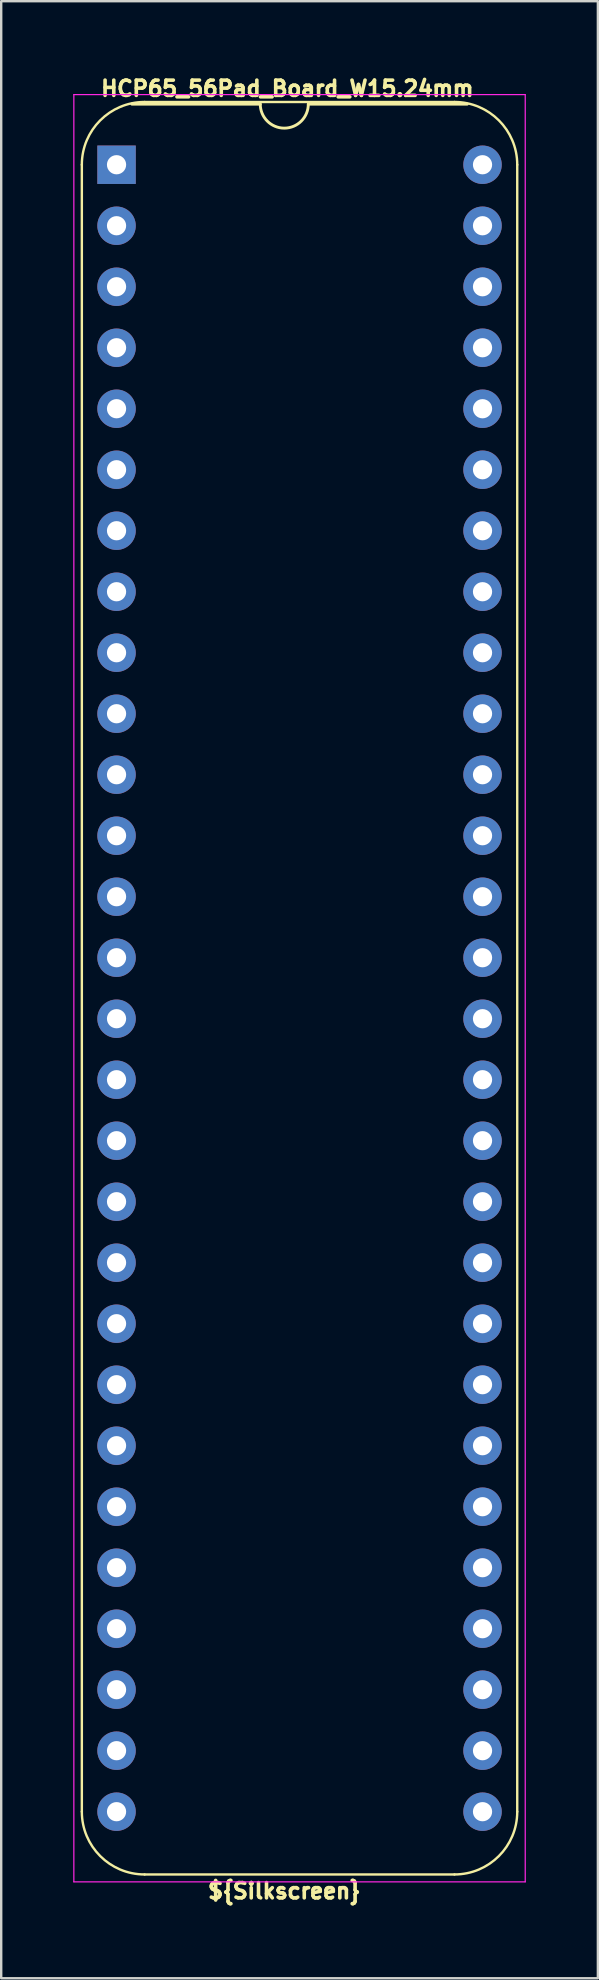
<source format=kicad_pcb>
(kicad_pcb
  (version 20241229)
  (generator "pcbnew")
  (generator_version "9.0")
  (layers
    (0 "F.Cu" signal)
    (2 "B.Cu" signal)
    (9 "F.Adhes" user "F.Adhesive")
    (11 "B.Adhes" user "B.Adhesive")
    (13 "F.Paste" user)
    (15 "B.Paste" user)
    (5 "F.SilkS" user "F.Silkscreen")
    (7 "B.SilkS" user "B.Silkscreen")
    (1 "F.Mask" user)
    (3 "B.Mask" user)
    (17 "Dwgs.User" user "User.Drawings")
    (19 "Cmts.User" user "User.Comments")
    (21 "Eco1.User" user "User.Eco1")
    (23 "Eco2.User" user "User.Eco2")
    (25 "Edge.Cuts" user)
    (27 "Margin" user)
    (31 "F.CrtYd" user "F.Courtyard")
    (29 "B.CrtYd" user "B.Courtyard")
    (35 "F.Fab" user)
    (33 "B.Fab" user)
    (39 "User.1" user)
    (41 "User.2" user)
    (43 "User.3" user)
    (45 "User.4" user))
  (footprint "HCP65_56Pad_Board_W15.24mm"
    (layer "F.Cu")
    (at 1.803 3.81)
    (property "Reference" "HCP65_56Pad_Board_W15.24mm" (at 7.112 -3.175 0) (layer "F.SilkS") (effects (font (size 0.635 0.635) (thickness 0.15))))
    (attr through_hole)
    (fp_line (start -1.445 68.58) (end -1.445 0) (stroke (width 0.1) (type solid)) (layer "F.SilkS"))
    (fp_line (start 1.168 -2.614) (end 14.072 -2.614) (stroke (width 0.1) (type solid)) (layer "F.SilkS"))
    (fp_line (start 5.985 -2.524) (end 0.635 -2.524) (stroke (width 0.12) (type solid)) (layer "F.SilkS"))
    (fp_line (start 14.072 71.194) (end 1.168 71.194) (stroke (width 0.1) (type solid)) (layer "F.SilkS"))
    (fp_line (start 14.605 -2.524) (end 7.985 -2.524) (stroke (width 0.12) (type solid)) (layer "F.SilkS"))
    (fp_line (start 16.685 68.58) (end 16.685 0) (stroke (width 0.1) (type solid)) (layer "F.SilkS"))
    (fp_arc (start -1.445332 0) (mid -0.679788 -1.848188) (end 1.1684 -2.613732) (stroke (width 0.1) (type solid)) (layer "F.SilkS"))
    (fp_arc (start 1.168401 71.193733) (mid -0.679788 70.428189) (end -1.445332 68.58) (stroke (width 0.1) (type solid)) (layer "F.SilkS"))
    (fp_arc (start 7.985 -2.524) (mid 6.985 -1.524) (end 5.985 -2.524) (stroke (width 0.12) (type solid)) (layer "F.SilkS"))
    (fp_arc (start 14.0716 -2.613732) (mid 15.919788 -1.848188) (end 16.685332 0) (stroke (width 0.1) (type solid)) (layer "F.SilkS"))
    (fp_arc (start 16.685333 68.580001) (mid 15.919788 70.428188) (end 14.071601 71.193733) (stroke (width 0.1) (type solid)) (layer "F.SilkS"))
    (fp_line (start -1.778 -2.921) (end -1.778 71.501) (stroke (width 0.05) (type solid)) (layer "F.CrtYd"))
    (fp_line (start -1.778 -2.921) (end 17.018 -2.921) (stroke (width 0.05) (type solid)) (layer "F.CrtYd"))
    (fp_line (start -1.778 71.501) (end 17.018 71.501) (stroke (width 0.05) (type solid)) (layer "F.CrtYd"))
    (fp_line (start 17.018 -2.921) (end 17.018 71.501) (stroke (width 0.05) (type solid)) (layer "F.CrtYd"))
    (fp_text user "${Silkscreen}" (at 6.985 71.882 0) (layer "F.SilkS") (effects (font (size 0.635 0.635) (thickness 0.15))))
    (pad "1" thru_hole rect (at 0 0) (size 1.6 1.6) (drill 0.8) (layers "*.Cu" "*.Mask"))
    (pad "2" thru_hole oval (at 0 2.54) (size 1.6 1.6) (drill 0.8) (layers "*.Cu" "*.Mask"))
    (pad "3" thru_hole oval (at 0 5.08) (size 1.6 1.6) (drill 0.8) (layers "*.Cu" "*.Mask"))
    (pad "4" thru_hole oval (at 0 7.62) (size 1.6 1.6) (drill 0.8) (layers "*.Cu" "*.Mask"))
    (pad "5" thru_hole oval (at 0 10.16) (size 1.6 1.6) (drill 0.8) (layers "*.Cu" "*.Mask"))
    (pad "6" thru_hole oval (at 0 12.7) (size 1.6 1.6) (drill 0.8) (layers "*.Cu" "*.Mask"))
    (pad "7" thru_hole oval (at 0 15.24) (size 1.6 1.6) (drill 0.8) (layers "*.Cu" "*.Mask"))
    (pad "8" thru_hole oval (at 0 17.78) (size 1.6 1.6) (drill 0.8) (layers "*.Cu" "*.Mask"))
    (pad "9" thru_hole oval (at 0 20.32) (size 1.6 1.6) (drill 0.8) (layers "*.Cu" "*.Mask"))
    (pad "10" thru_hole oval (at 0 22.86) (size 1.6 1.6) (drill 0.8) (layers "*.Cu" "*.Mask"))
    (pad "11" thru_hole oval (at 0 25.4) (size 1.6 1.6) (drill 0.8) (layers "*.Cu" "*.Mask"))
    (pad "12" thru_hole oval (at 0 27.94) (size 1.6 1.6) (drill 0.8) (layers "*.Cu" "*.Mask"))
    (pad "13" thru_hole oval (at 0 30.48) (size 1.6 1.6) (drill 0.8) (layers "*.Cu" "*.Mask"))
    (pad "14" thru_hole oval (at 0 33.02) (size 1.6 1.6) (drill 0.8) (layers "*.Cu" "*.Mask"))
    (pad "15" thru_hole oval (at 0 35.56) (size 1.6 1.6) (drill 0.8) (layers "*.Cu" "*.Mask"))
    (pad "16" thru_hole oval (at 0 38.1) (size 1.6 1.6) (drill 0.8) (layers "*.Cu" "*.Mask"))
    (pad "17" thru_hole oval (at 0 40.64) (size 1.6 1.6) (drill 0.8) (layers "*.Cu" "*.Mask"))
    (pad "18" thru_hole oval (at 0 43.18) (size 1.6 1.6) (drill 0.8) (layers "*.Cu" "*.Mask"))
    (pad "19" thru_hole oval (at 0 45.72) (size 1.6 1.6) (drill 0.8) (layers "*.Cu" "*.Mask"))
    (pad "20" thru_hole oval (at 0 48.26) (size 1.6 1.6) (drill 0.8) (layers "*.Cu" "*.Mask"))
    (pad "21" thru_hole oval (at 0 50.8) (size 1.6 1.6) (drill 0.8) (layers "*.Cu" "*.Mask"))
    (pad "22" thru_hole oval (at 0 53.34) (size 1.6 1.6) (drill 0.8) (layers "*.Cu" "*.Mask"))
    (pad "23" thru_hole oval (at 0 55.88) (size 1.6 1.6) (drill 0.8) (layers "*.Cu" "*.Mask"))
    (pad "24" thru_hole oval (at 0 58.42) (size 1.6 1.6) (drill 0.8) (layers "*.Cu" "*.Mask"))
    (pad "25" thru_hole oval (at 0 60.96) (size 1.6 1.6) (drill 0.8) (layers "*.Cu" "*.Mask"))
    (pad "26" thru_hole oval (at 0 63.5) (size 1.6 1.6) (drill 0.8) (layers "*.Cu" "*.Mask"))
    (pad "27" thru_hole oval (at 0 66.04) (size 1.6 1.6) (drill 0.8) (layers "*.Cu" "*.Mask"))
    (pad "28" thru_hole oval (at 0 68.58) (size 1.6 1.6) (drill 0.8) (layers "*.Cu" "*.Mask"))
    (pad "29" thru_hole oval (at 15.24 68.58) (size 1.6 1.6) (drill 0.8) (layers "*.Cu" "*.Mask"))
    (pad "30" thru_hole oval (at 15.24 66.04) (size 1.6 1.6) (drill 0.8) (layers "*.Cu" "*.Mask"))
    (pad "31" thru_hole oval (at 15.24 63.5) (size 1.6 1.6) (drill 0.8) (layers "*.Cu" "*.Mask"))
    (pad "32" thru_hole oval (at 15.24 60.96) (size 1.6 1.6) (drill 0.8) (layers "*.Cu" "*.Mask"))
    (pad "33" thru_hole oval (at 15.24 58.42) (size 1.6 1.6) (drill 0.8) (layers "*.Cu" "*.Mask"))
    (pad "34" thru_hole oval (at 15.24 55.88) (size 1.6 1.6) (drill 0.8) (layers "*.Cu" "*.Mask"))
    (pad "35" thru_hole oval (at 15.24 53.34) (size 1.6 1.6) (drill 0.8) (layers "*.Cu" "*.Mask"))
    (pad "36" thru_hole oval (at 15.24 50.8) (size 1.6 1.6) (drill 0.8) (layers "*.Cu" "*.Mask"))
    (pad "37" thru_hole oval (at 15.24 48.26) (size 1.6 1.6) (drill 0.8) (layers "*.Cu" "*.Mask"))
    (pad "38" thru_hole oval (at 15.24 45.72) (size 1.6 1.6) (drill 0.8) (layers "*.Cu" "*.Mask"))
    (pad "39" thru_hole oval (at 15.24 43.18) (size 1.6 1.6) (drill 0.8) (layers "*.Cu" "*.Mask"))
    (pad "40" thru_hole oval (at 15.24 40.64) (size 1.6 1.6) (drill 0.8) (layers "*.Cu" "*.Mask"))
    (pad "41" thru_hole oval (at 15.24 38.1) (size 1.6 1.6) (drill 0.8) (layers "*.Cu" "*.Mask"))
    (pad "42" thru_hole oval (at 15.24 35.56) (size 1.6 1.6) (drill 0.8) (layers "*.Cu" "*.Mask"))
    (pad "43" thru_hole oval (at 15.24 33.02) (size 1.6 1.6) (drill 0.8) (layers "*.Cu" "*.Mask"))
    (pad "44" thru_hole oval (at 15.24 30.48) (size 1.6 1.6) (drill 0.8) (layers "*.Cu" "*.Mask"))
    (pad "45" thru_hole oval (at 15.24 27.94) (size 1.6 1.6) (drill 0.8) (layers "*.Cu" "*.Mask"))
    (pad "46" thru_hole oval (at 15.24 25.4) (size 1.6 1.6) (drill 0.8) (layers "*.Cu" "*.Mask"))
    (pad "47" thru_hole oval (at 15.24 22.86) (size 1.6 1.6) (drill 0.8) (layers "*.Cu" "*.Mask"))
    (pad "48" thru_hole oval (at 15.24 20.32) (size 1.6 1.6) (drill 0.8) (layers "*.Cu" "*.Mask"))
    (pad "49" thru_hole oval (at 15.24 17.78) (size 1.6 1.6) (drill 0.8) (layers "*.Cu" "*.Mask"))
    (pad "50" thru_hole oval (at 15.24 15.24) (size 1.6 1.6) (drill 0.8) (layers "*.Cu" "*.Mask"))
    (pad "51" thru_hole oval (at 15.24 12.7) (size 1.6 1.6) (drill 0.8) (layers "*.Cu" "*.Mask"))
    (pad "52" thru_hole oval (at 15.24 10.16) (size 1.6 1.6) (drill 0.8) (layers "*.Cu" "*.Mask"))
    (pad "53" thru_hole oval (at 15.24 7.62) (size 1.6 1.6) (drill 0.8) (layers "*.Cu" "*.Mask"))
    (pad "54" thru_hole oval (at 15.24 5.08) (size 1.6 1.6) (drill 0.8) (layers "*.Cu" "*.Mask"))
    (pad "55" thru_hole oval (at 15.24 2.54) (size 1.6 1.6) (drill 0.8) (layers "*.Cu" "*.Mask"))
    (pad "56" thru_hole oval (at 15.24 0) (size 1.6 1.6) (drill 0.8) (layers "*.Cu" "*.Mask")))
  (gr_rect
    (start -3 -3)
    (end 21.846 79.326)
    (stroke (width 0.1) (type default))
    (fill no)
    (layer "Edge.Cuts")))
</source>
